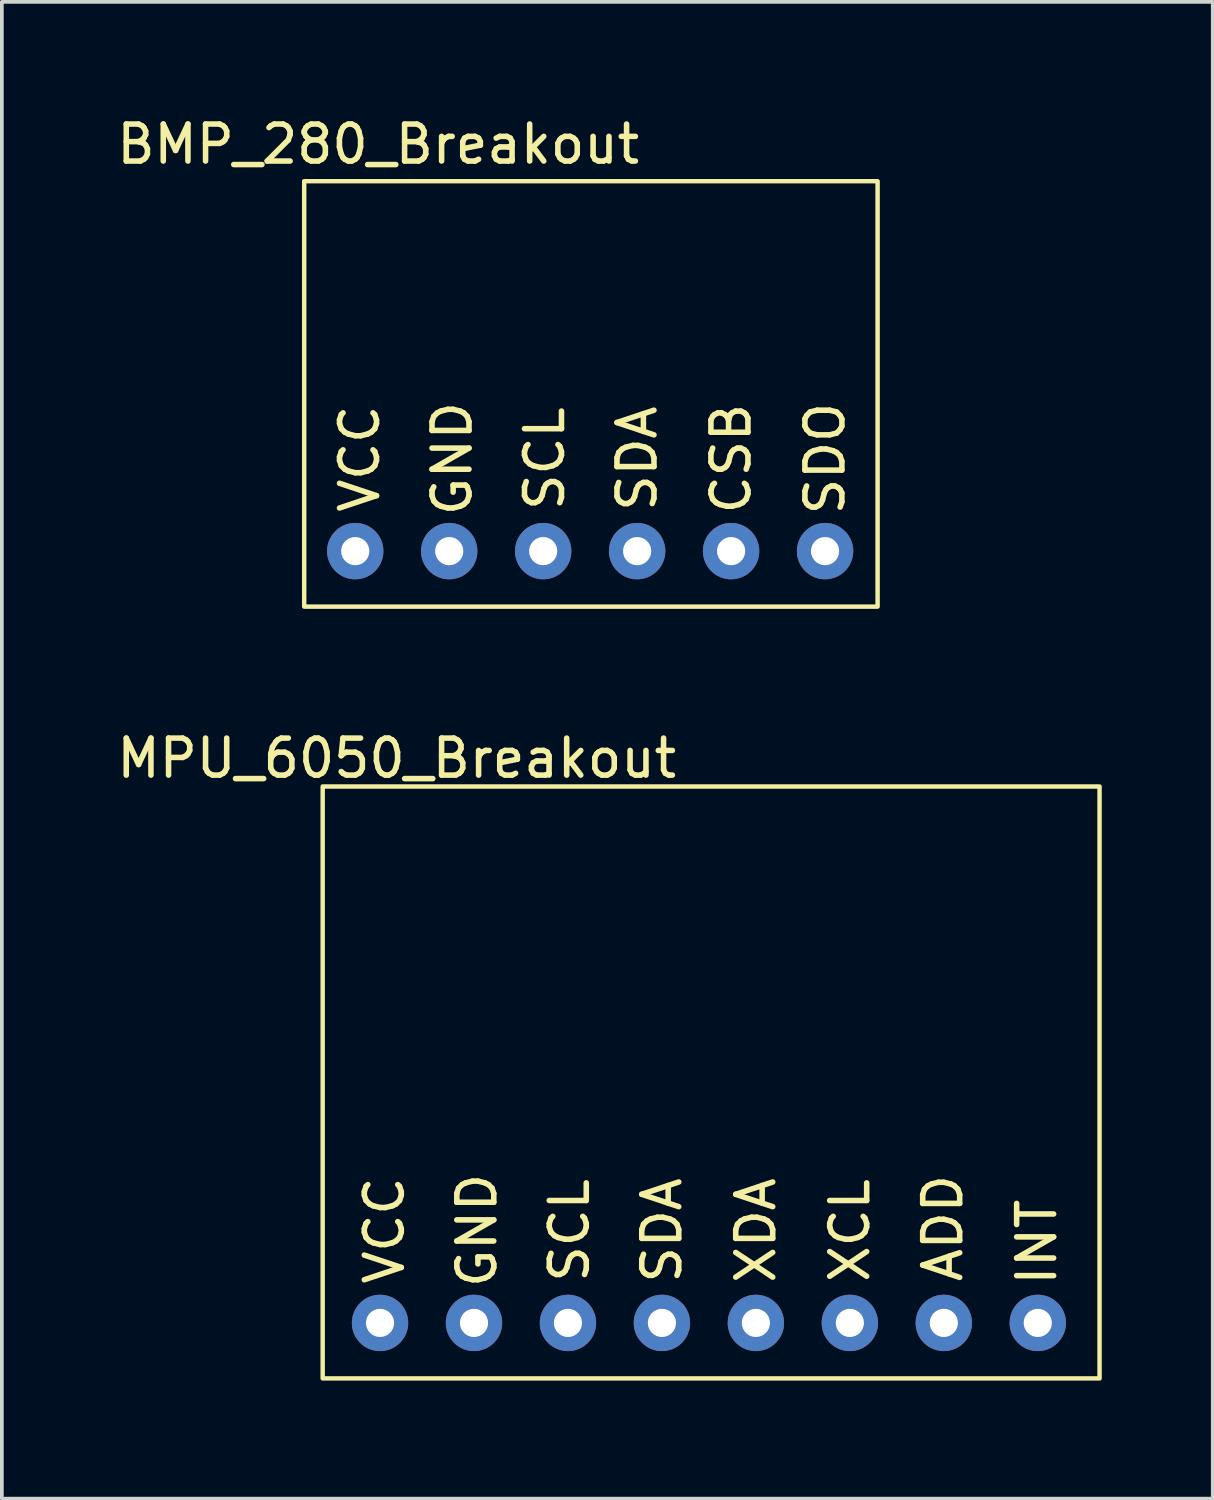
<source format=kicad_pcb>
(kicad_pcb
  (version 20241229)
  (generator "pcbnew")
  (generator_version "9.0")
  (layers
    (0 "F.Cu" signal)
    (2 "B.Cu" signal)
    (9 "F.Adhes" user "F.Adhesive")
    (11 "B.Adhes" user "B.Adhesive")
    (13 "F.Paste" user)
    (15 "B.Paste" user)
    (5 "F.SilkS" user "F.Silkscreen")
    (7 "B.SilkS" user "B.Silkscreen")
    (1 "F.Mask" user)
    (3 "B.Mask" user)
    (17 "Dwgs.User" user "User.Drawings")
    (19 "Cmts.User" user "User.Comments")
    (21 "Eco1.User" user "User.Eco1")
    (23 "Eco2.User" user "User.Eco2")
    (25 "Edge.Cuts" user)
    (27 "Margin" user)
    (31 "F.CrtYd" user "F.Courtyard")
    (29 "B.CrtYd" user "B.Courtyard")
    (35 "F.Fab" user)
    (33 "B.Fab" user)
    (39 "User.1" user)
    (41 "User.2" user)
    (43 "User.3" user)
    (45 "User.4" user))
  (footprint "BMP_280_Breakout"
    (layer "F.Cu")
    (at 5.173 13.348)
    (property "Reference" "BMP_280_Breakout" (at 2 -12.5 0) (layer "F.SilkS") (effects (font (size 1 1) (thickness 0.15))))
    (attr through_hole)
    (fp_rect (start 0 0) (end 15.5 -11.5) (stroke (width 0.12) (type solid)) (fill no) (layer "F.SilkS"))
    (fp_text user "SDO" (at 14.08 -4 90) (layer "F.SilkS") (effects (font (size 1 1) (thickness 0.15))))
    (fp_text user "GND" (at 4 -4 90) (layer "F.SilkS") (effects (font (size 1 1) (thickness 0.15))))
    (fp_text user "VCC" (at 1.5 -4 90) (layer "F.SilkS") (effects (font (size 1 1) (thickness 0.15))))
    (fp_text user "CSB" (at 11.54 -4 90) (layer "F.SilkS") (effects (font (size 1 1) (thickness 0.15))))
    (fp_text user "SCL" (at 6.5 -4 90) (layer "F.SilkS") (effects (font (size 1 1) (thickness 0.15))))
    (fp_text user "SDA" (at 9 -4 90) (layer "F.SilkS") (effects (font (size 1 1) (thickness 0.15))))
    (pad "1" thru_hole circle (at 1.38 -1.5) (size 1.524 1.524) (drill 0.762) (layers "*.Cu" "*.Mask"))
    (pad "2" thru_hole circle (at 3.92 -1.5) (size 1.524 1.524) (drill 0.762) (layers "*.Cu" "*.Mask"))
    (pad "3" thru_hole circle (at 6.46 -1.5) (size 1.524 1.524) (drill 0.762) (layers "*.Cu" "*.Mask"))
    (pad "4" thru_hole circle (at 9 -1.5) (size 1.524 1.524) (drill 0.762) (layers "*.Cu" "*.Mask"))
    (pad "5" thru_hole circle (at 11.54 -1.5) (size 1.524 1.524) (drill 0.762) (layers "*.Cu" "*.Mask"))
    (pad "6" thru_hole circle (at 14.08 -1.5) (size 1.524 1.524) (drill 0.762) (layers "*.Cu" "*.Mask")))
  (footprint "MPU_6050_Breakout"
    (layer "F.Cu")
    (at 5.673 34.211)
    (property "Reference" "MPU_6050_Breakout" (at 2 -16.764 0) (layer "F.SilkS") (effects (font (size 1 1) (thickness 0.15))))
    (attr through_hole)
    (fp_rect (start 0 0) (end 21 -16) (stroke (width 0.12) (type solid)) (fill no) (layer "F.SilkS"))
    (fp_text user "XDA" (at 11.71 -4 90) (layer "F.SilkS") (effects (font (size 1 1) (thickness 0.15))))
    (fp_text user "SDA" (at 9.17 -4 90) (layer "F.SilkS") (effects (font (size 1 1) (thickness 0.15))))
    (fp_text user "XCL" (at 14.25 -4 90) (layer "F.SilkS") (effects (font (size 1 1) (thickness 0.15))))
    (fp_text user "ADD" (at 16.764 -4.064 90) (layer "F.SilkS") (effects (font (size 1 1) (thickness 0.15))))
    (fp_text user "SCL" (at 6.67 -4 90) (layer "F.SilkS") (effects (font (size 1 1) (thickness 0.15))))
    (fp_text user "VCC" (at 1.67 -4 90) (layer "F.SilkS") (effects (font (size 1 1) (thickness 0.15))))
    (fp_text user "INT" (at 19.304 -3.683 90) (layer "F.SilkS") (effects (font (size 1 1) (thickness 0.15))))
    (fp_text user "GND" (at 4.17 -4 90) (layer "F.SilkS") (effects (font (size 1 1) (thickness 0.15))))
    (pad "1" thru_hole circle (at 1.55 -1.5) (size 1.524 1.524) (drill 0.762) (layers "*.Cu" "*.Mask"))
    (pad "2" thru_hole circle (at 4.09 -1.5) (size 1.524 1.524) (drill 0.762) (layers "*.Cu" "*.Mask"))
    (pad "3" thru_hole circle (at 6.63 -1.5) (size 1.524 1.524) (drill 0.762) (layers "*.Cu" "*.Mask"))
    (pad "4" thru_hole circle (at 9.17 -1.5) (size 1.524 1.524) (drill 0.762) (layers "*.Cu" "*.Mask"))
    (pad "5" thru_hole circle (at 11.71 -1.5) (size 1.524 1.524) (drill 0.762) (layers "*.Cu" "*.Mask"))
    (pad "6" thru_hole circle (at 14.25 -1.5) (size 1.524 1.524) (drill 0.762) (layers "*.Cu" "*.Mask"))
    (pad "7" thru_hole circle (at 16.79 -1.5) (size 1.524 1.524) (drill 0.762) (layers "*.Cu" "*.Mask"))
    (pad "8" thru_hole circle (at 19.33 -1.5) (size 1.524 1.524) (drill 0.762) (layers "*.Cu" "*.Mask")))
  (gr_rect
    (start -3 -3)
    (end 29.733 37.461)
    (stroke (width 0.1) (type default))
    (fill no)
    (layer "Edge.Cuts")))
</source>
